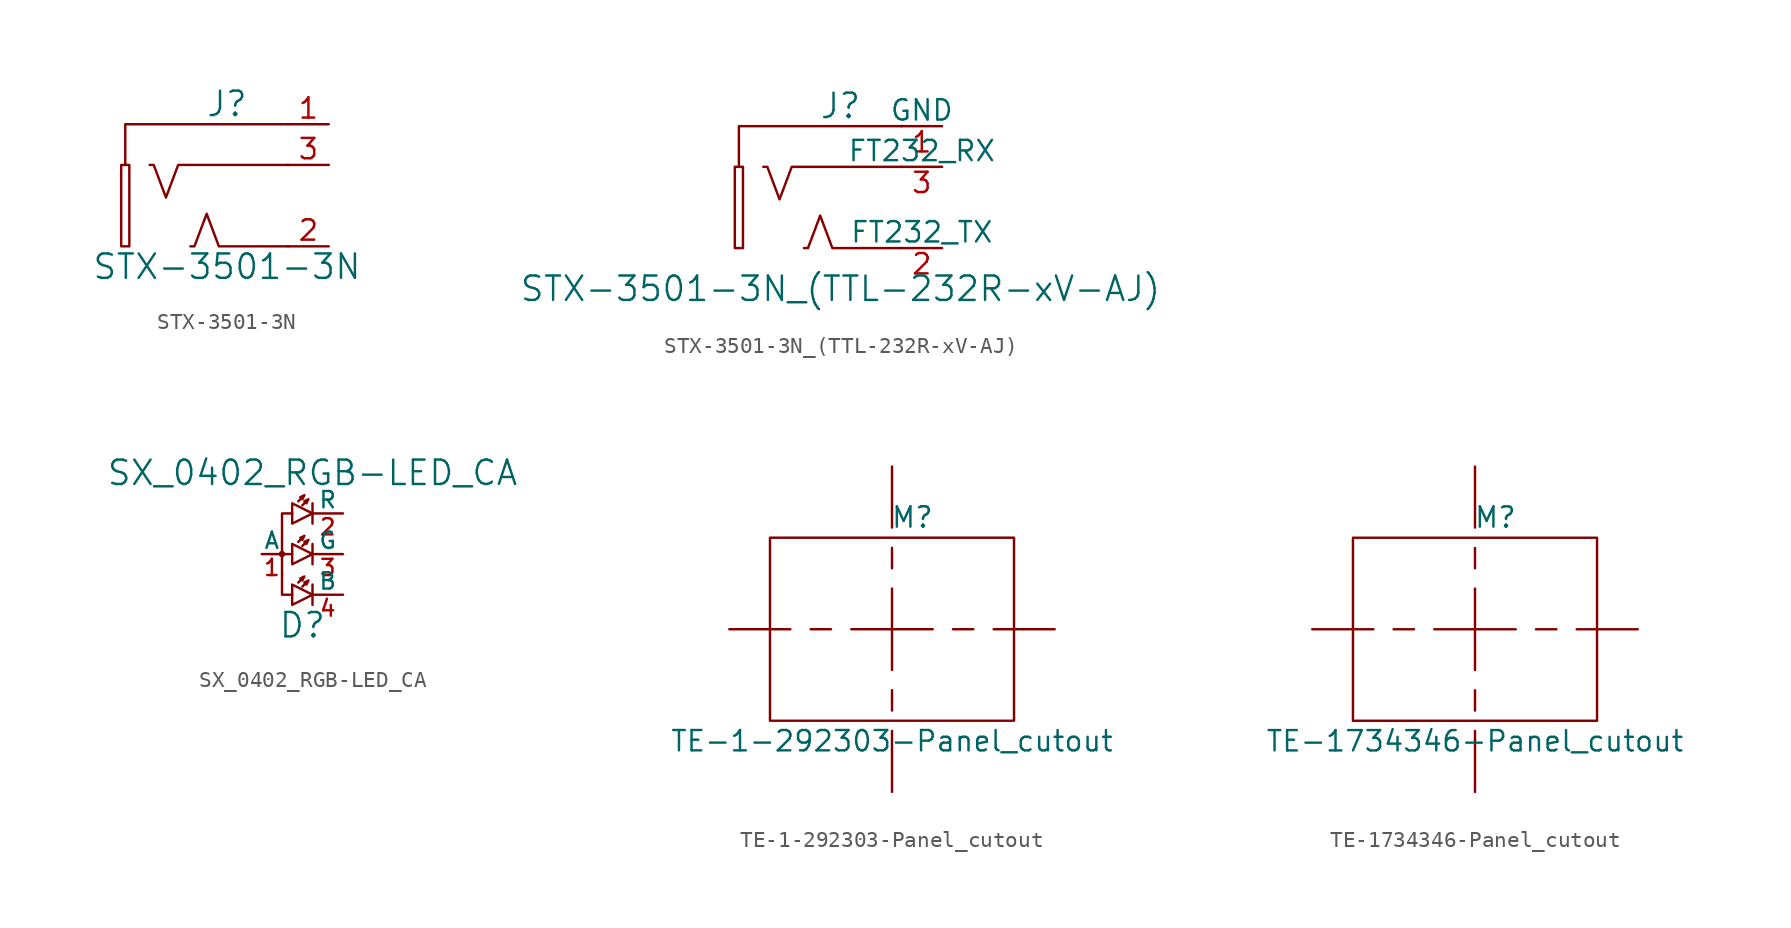
<source format=kicad_sym>
(kicad_symbol_lib
  (version 20211014)
  (generator kicad_symbol_editor)
  (symbol "STX-3501-3N"
    (pin_names
      (offset 1.016))
    (property "Reference" "J"
      (at -1.27 3.81 0)
      (effects (font (size 1.524 1.524))))
    (property "Value" "STX-3501-3N"
      (at -1.27 -6.35 0)
      (effects (font (size 1.524 1.524))))
    (symbol "STX-3501-3N_0_0"
      (rectangle (start -7.874 0) (end -7.366 -5.08) (stroke (width 0) (type default) (color 0 0 0 0)) (fill (type none)))
      (polyline (pts (xy 2.54 2.54) (xy -7.62 2.54) (xy -7.62 0)) (stroke (width 0) (type default) (color 0 0 0 0)) (fill (type none)))
      (polyline (pts (xy 2.54 -5.08) (xy -1.778 -5.08) (xy -2.54 -3.048) (xy -3.302 -5.08) (xy -3.556 -5.08)) (stroke (width 0) (type default) (color 0 0 0 0)) (fill (type none)))
      (polyline (pts (xy 2.54 0) (xy -4.318 0) (xy -5.08 -2.032) (xy -5.842 0) (xy -6.096 0)) (stroke (width 0) (type default) (color 0 0 0 0)) (fill (type none))))
    (symbol "STX-3501-3N_0_1"
      (pin passive line (at 5.08 2.54 180) (length 2.54) (name "~" (effects (font (size 1.27 1.27)))) (number "1" (effects (font (size 1.27 1.27)))))
      (pin passive line (at 5.08 -5.08 180) (length 2.54) (name "~" (effects (font (size 1.27 1.27)))) (number "2" (effects (font (size 1.27 1.27)))))
      (pin passive line (at 5.08 0 180) (length 2.54) (name "~" (effects (font (size 1.27 1.27)))) (number "3" (effects (font (size 1.27 1.27)))))))
  (symbol "STX-3501-3N_(TTL-232R-xV-AJ)"
    (pin_names
      (offset 0))
    (property "Reference" "J"
      (at -1.27 3.81 0)
      (effects (font (size 1.524 1.524))))
    (property "Value" "STX-3501-3N_(TTL-232R-xV-AJ)"
      (at -1.27 -7.62 0)
      (effects (font (size 1.524 1.524))))
    (symbol "STX-3501-3N_(TTL-232R-xV-AJ)_0_0"
      (rectangle (start -7.874 0) (end -7.366 -5.08) (stroke (width 0) (type default) (color 0 0 0 0)) (fill (type none)))
      (polyline (pts (xy 2.54 2.54) (xy -7.62 2.54) (xy -7.62 0)) (stroke (width 0) (type default) (color 0 0 0 0)) (fill (type none)))
      (polyline (pts (xy 2.54 -5.08) (xy -1.778 -5.08) (xy -2.54 -3.048) (xy -3.302 -5.08) (xy -3.556 -5.08)) (stroke (width 0) (type default) (color 0 0 0 0)) (fill (type none)))
      (polyline (pts (xy 2.54 0) (xy -4.318 0) (xy -5.08 -2.032) (xy -5.842 0) (xy -6.096 0)) (stroke (width 0) (type default) (color 0 0 0 0)) (fill (type none))))
    (symbol "STX-3501-3N_(TTL-232R-xV-AJ)_0_1"
      (pin power_in line (at 5.08 2.54 180) (length 2.54) (name "GND" (effects (font (size 1.27 1.27)))) (number "1" (effects (font (size 1.27 1.27)))))
      (pin output line (at 5.08 -5.08 180) (length 2.54) (name "FT232_TX" (effects (font (size 1.27 1.27)))) (number "2" (effects (font (size 1.27 1.27)))))
      (pin input line (at 5.08 0 180) (length 2.54) (name "FT232_RX" (effects (font (size 1.27 1.27)))) (number "3" (effects (font (size 1.27 1.27)))))))
  (symbol "SX_0402_RGB-LED_CA"
    (pin_names
      (offset 0))
    (property "Reference" "D"
      (at 0 -4.445 0)
      (effects (font (size 1.524 1.524))))
    (property "Value" "SX_0402_RGB-LED_CA"
      (at 0.635 5.08 0)
      (effects (font (size 1.524 1.524))))
    (symbol "SX_0402_RGB-LED_CA_0_0"
      (circle (center -1.27 0) (radius 0.127) (stroke (width 0) (type default) (color 0 0 0 0)) (fill (type none)))
      (polyline (pts (xy -1.27 0) (xy -1.27 0)) (stroke (width 0) (type default) (color 0 0 0 0)) (fill (type none)))
      (polyline (pts (xy -0.635 0) (xy -1.27 0)) (stroke (width 0) (type default) (color 0 0 0 0)) (fill (type none)))
      (polyline (pts (xy -0.635 -2.54) (xy -1.27 -2.54) (xy -1.27 0)) (stroke (width 0) (type default) (color 0 0 0 0)) (fill (type none)))
      (polyline (pts (xy -0.635 2.54) (xy -1.27 2.54) (xy -1.27 0)) (stroke (width 0) (type default) (color 0 0 0 0)) (fill (type none))))
    (symbol "SX_0402_RGB-LED_CA_0_1"
      (polyline (pts (xy 0.635 -1.905) (xy 0.635 -3.175)) (stroke (width 0) (type default) (color 0 0 0 0)) (fill (type none)))
      (polyline (pts (xy 0.635 0.635) (xy 0.635 -0.635)) (stroke (width 0) (type default) (color 0 0 0 0)) (fill (type none)))
      (polyline (pts (xy 0.635 3.175) (xy 0.635 1.905)) (stroke (width 0) (type default) (color 0 0 0 0)) (fill (type none)))
      (polyline (pts (xy -0.635 -1.905) (xy -0.635 -3.175) (xy 0.635 -2.54) (xy -0.635 -1.905)) (stroke (width 0) (type default) (color 0 0 0 0)) (fill (type none)))
      (polyline (pts (xy -0.635 0.635) (xy -0.635 -0.635) (xy 0.635 0) (xy -0.635 0.635)) (stroke (width 0) (type default) (color 0 0 0 0)) (fill (type none)))
      (polyline (pts (xy 0.635 2.54) (xy -0.635 3.175) (xy -0.635 1.905) (xy 0.635 2.54)) (stroke (width 0) (type default) (color 0 0 0 0)) (fill (type none)))
      (polyline (pts (xy -0.254 -1.778) (xy 0.127 -1.397) (xy -0.127 -1.524) (xy 0 -1.651) (xy 0.127 -1.397)) (stroke (width 0) (type default) (color 0 0 0 0)) (fill (type none)))
      (polyline (pts (xy -0.254 0.762) (xy 0.127 1.143) (xy -0.127 1.016) (xy 0 0.889) (xy 0.127 1.143)) (stroke (width 0) (type default) (color 0 0 0 0)) (fill (type none)))
      (polyline (pts (xy -0.254 3.302) (xy 0.127 3.683) (xy -0.127 3.556) (xy 0 3.429) (xy 0.127 3.683)) (stroke (width 0) (type default) (color 0 0 0 0)) (fill (type none)))
      (polyline (pts (xy 0 -2.032) (xy 0.381 -1.651) (xy 0.127 -1.778) (xy 0.254 -1.905) (xy 0.381 -1.651)) (stroke (width 0) (type default) (color 0 0 0 0)) (fill (type none)))
      (polyline (pts (xy 0 0.508) (xy 0.381 0.889) (xy 0.127 0.762) (xy 0.254 0.635) (xy 0.381 0.889)) (stroke (width 0) (type default) (color 0 0 0 0)) (fill (type none)))
      (polyline (pts (xy 0 3.048) (xy 0.381 3.429) (xy 0.127 3.302) (xy 0.254 3.175) (xy 0.381 3.429)) (stroke (width 0) (type default) (color 0 0 0 0)) (fill (type none))))
    (symbol "SX_0402_RGB-LED_CA_1_1"
      (pin bidirectional line (at -2.54 0 0) (length 1.27) (name "A" (effects (font (size 1.016 1.016)))) (number "1" (effects (font (size 1.016 1.016)))))
      (pin bidirectional line (at 2.54 2.54 180) (length 1.905) (name "R" (effects (font (size 1.016 1.016)))) (number "2" (effects (font (size 1.016 1.016)))))
      (pin bidirectional line (at 2.54 0 180) (length 1.905) (name "G" (effects (font (size 1.016 1.016)))) (number "3" (effects (font (size 1.016 1.016)))))
      (pin bidirectional line (at 2.54 -2.54 180) (length 1.905) (name "B" (effects (font (size 1.016 1.016)))) (number "4" (effects (font (size 1.016 1.016)))))))
  (symbol "TE-1-292303-Panel_cutout"
    (pin_names
      (offset 1.016))
    (property "Reference" "M"
      (at 1.27 6.985 0)
      (effects (font (size 1.27 1.27))))
    (property "Value" "TE-1-292303-Panel_cutout"
      (at 0 -6.985 0)
      (effects (font (size 1.27 1.27))))
    (symbol "TE-1-292303-Panel_cutout_0_0"
      (polyline (pts (xy -6.35 0) (xy -10.16 0)) (stroke (width 0) (type default) (color 0 0 0 0)) (fill (type none)))
      (polyline (pts (xy -3.81 0) (xy -5.08 0)) (stroke (width 0) (type default) (color 0 0 0 0)) (fill (type none)))
      (polyline (pts (xy -2.54 0) (xy 2.54 0)) (stroke (width 0) (type default) (color 0 0 0 0)) (fill (type none)))
      (polyline (pts (xy 0 -6.35) (xy 0 -10.16)) (stroke (width 0) (type default) (color 0 0 0 0)) (fill (type none)))
      (polyline (pts (xy 0 -3.81) (xy 0 -5.08)) (stroke (width 0) (type default) (color 0 0 0 0)) (fill (type none)))
      (polyline (pts (xy 0 2.54) (xy 0 -2.54)) (stroke (width 0) (type default) (color 0 0 0 0)) (fill (type none)))
      (polyline (pts (xy 0 3.81) (xy 0 5.08)) (stroke (width 0) (type default) (color 0 0 0 0)) (fill (type none)))
      (polyline (pts (xy 0 6.35) (xy 0 10.16)) (stroke (width 0) (type default) (color 0 0 0 0)) (fill (type none)))
      (polyline (pts (xy 3.81 0) (xy 5.08 0)) (stroke (width 0) (type default) (color 0 0 0 0)) (fill (type none)))
      (polyline (pts (xy 6.35 0) (xy 10.16 0)) (stroke (width 0) (type default) (color 0 0 0 0)) (fill (type none))))
    (symbol "TE-1-292303-Panel_cutout_0_1"
      (rectangle (start -7.62 5.715) (end 7.62 -5.715) (stroke (width 0) (type default) (color 0 0 0 0)) (fill (type none)))))
  (symbol "TE-1734346-Panel_cutout"
    (pin_names
      (offset 1.016))
    (property "Reference" "M"
      (at 1.27 6.985 0)
      (effects (font (size 1.27 1.27))))
    (property "Value" "TE-1734346-Panel_cutout"
      (at 0 -6.985 0)
      (effects (font (size 1.27 1.27))))
    (symbol "TE-1734346-Panel_cutout_0_0"
      (polyline (pts (xy -6.35 0) (xy -10.16 0)) (stroke (width 0) (type default) (color 0 0 0 0)) (fill (type none)))
      (polyline (pts (xy -3.81 0) (xy -5.08 0)) (stroke (width 0) (type default) (color 0 0 0 0)) (fill (type none)))
      (polyline (pts (xy -2.54 0) (xy 2.54 0)) (stroke (width 0) (type default) (color 0 0 0 0)) (fill (type none)))
      (polyline (pts (xy 0 -6.35) (xy 0 -10.16)) (stroke (width 0) (type default) (color 0 0 0 0)) (fill (type none)))
      (polyline (pts (xy 0 -3.81) (xy 0 -5.08)) (stroke (width 0) (type default) (color 0 0 0 0)) (fill (type none)))
      (polyline (pts (xy 0 2.54) (xy 0 -2.54)) (stroke (width 0) (type default) (color 0 0 0 0)) (fill (type none)))
      (polyline (pts (xy 0 3.81) (xy 0 5.08)) (stroke (width 0) (type default) (color 0 0 0 0)) (fill (type none)))
      (polyline (pts (xy 0 6.35) (xy 0 10.16)) (stroke (width 0) (type default) (color 0 0 0 0)) (fill (type none)))
      (polyline (pts (xy 3.81 0) (xy 5.08 0)) (stroke (width 0) (type default) (color 0 0 0 0)) (fill (type none)))
      (polyline (pts (xy 6.35 0) (xy 10.16 0)) (stroke (width 0) (type default) (color 0 0 0 0)) (fill (type none))))
    (symbol "TE-1734346-Panel_cutout_0_1"
      (rectangle (start -7.62 5.715) (end 7.62 -5.715) (stroke (width 0) (type default) (color 0 0 0 0)) (fill (type none))))))
</source>
